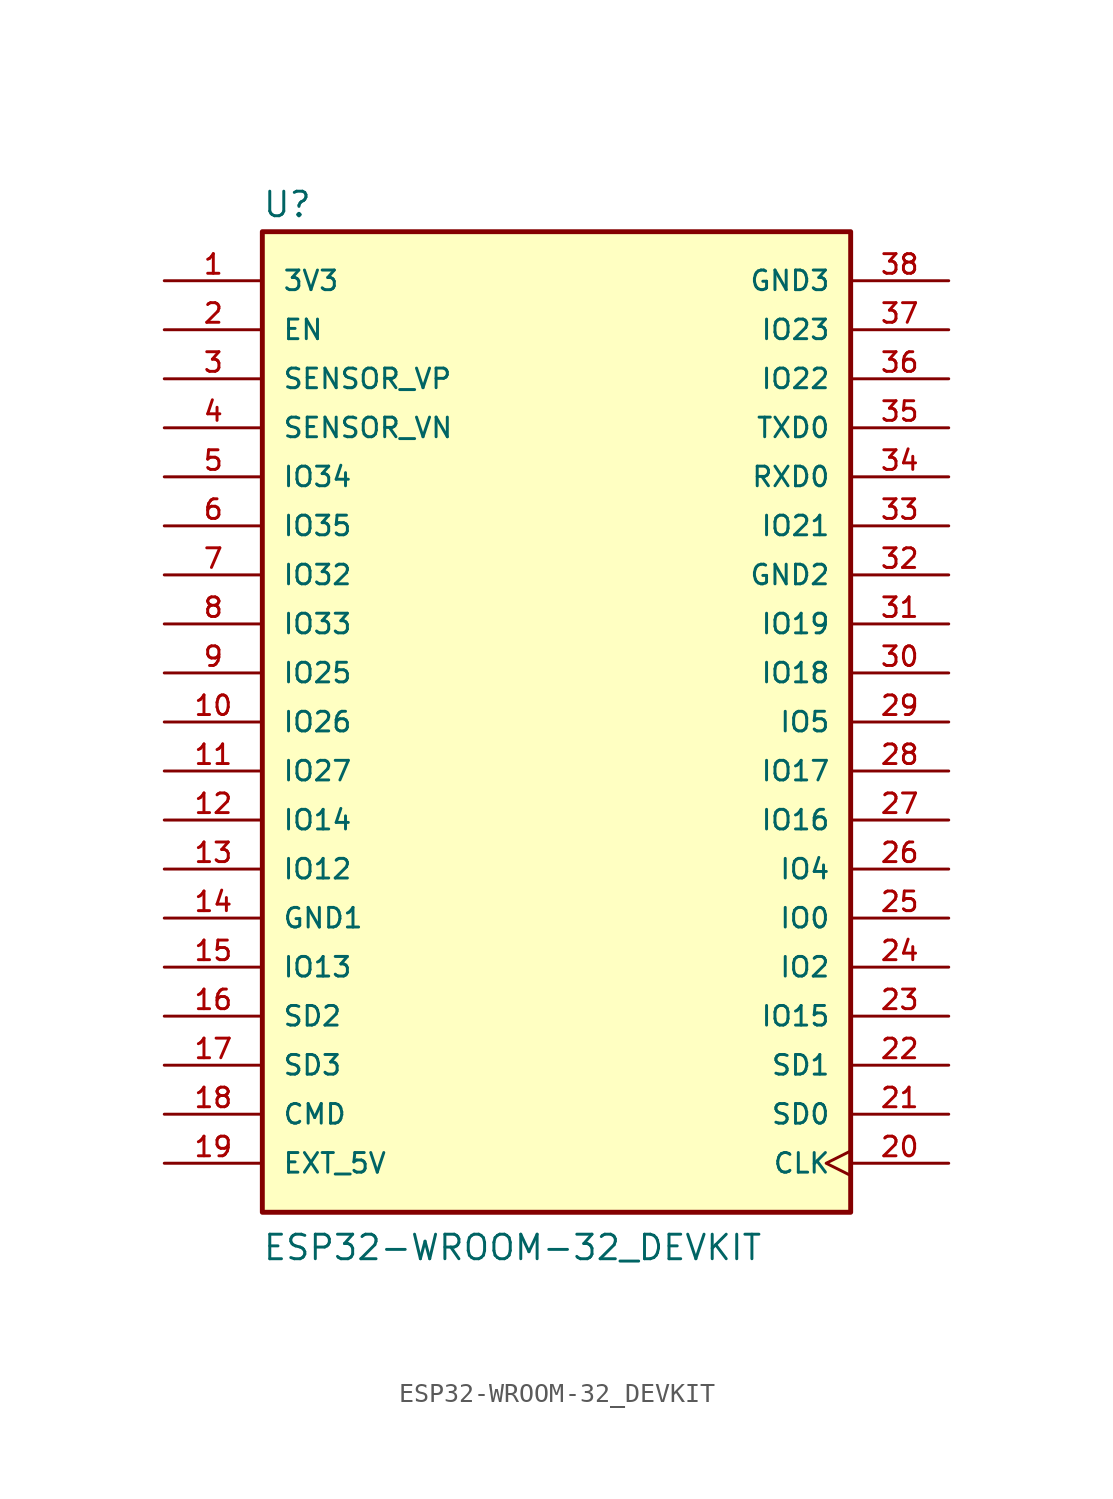
<source format=kicad_sym>
(kicad_symbol_lib
  (version 20220914)
  (generator kicad_symbol_editor)
  (symbol "ESP32-WROOM-32_DEVKIT"
    (pin_names
      (offset 1.016))
    (property "Reference" "U"
      (at -15.257 26.064 0)
      (effects (font (size 1.27 1.27)) (justify left bottom)))
    (property "Value" "ESP32-WROOM-32_DEVKIT"
      (at -15.256 -27.97 0)
      (effects (font (size 1.27 1.27)) (justify left bottom)))
    (symbol "ESP32-WROOM-32_DEVKIT_0_0"
      (rectangle (start -15.24 -25.4) (end 15.24 25.4) (stroke (width 0.254) (type default)) (fill (type background)))
      (pin power_in line (at -20.32 22.86 0) (length 5.08) (name "3V3" (effects (font (size 1.016 1.016)))) (number "1" (effects (font (size 1.016 1.016)))))
      (pin bidirectional line (at -20.32 0 0) (length 5.08) (name "IO26" (effects (font (size 1.016 1.016)))) (number "10" (effects (font (size 1.016 1.016)))))
      (pin bidirectional line (at -20.32 -2.54 0) (length 5.08) (name "IO27" (effects (font (size 1.016 1.016)))) (number "11" (effects (font (size 1.016 1.016)))))
      (pin bidirectional line (at -20.32 -5.08 0) (length 5.08) (name "IO14" (effects (font (size 1.016 1.016)))) (number "12" (effects (font (size 1.016 1.016)))))
      (pin bidirectional line (at -20.32 -7.62 0) (length 5.08) (name "IO12" (effects (font (size 1.016 1.016)))) (number "13" (effects (font (size 1.016 1.016)))))
      (pin power_in line (at -20.32 -10.16 0) (length 5.08) (name "GND1" (effects (font (size 1.016 1.016)))) (number "14" (effects (font (size 1.016 1.016)))))
      (pin bidirectional line (at -20.32 -12.7 0) (length 5.08) (name "IO13" (effects (font (size 1.016 1.016)))) (number "15" (effects (font (size 1.016 1.016)))))
      (pin bidirectional line (at -20.32 -15.24 0) (length 5.08) (name "SD2" (effects (font (size 1.016 1.016)))) (number "16" (effects (font (size 1.016 1.016)))))
      (pin bidirectional line (at -20.32 -17.78 0) (length 5.08) (name "SD3" (effects (font (size 1.016 1.016)))) (number "17" (effects (font (size 1.016 1.016)))))
      (pin bidirectional line (at -20.32 -20.32 0) (length 5.08) (name "CMD" (effects (font (size 1.016 1.016)))) (number "18" (effects (font (size 1.016 1.016)))))
      (pin power_in line (at -20.32 -22.86 0) (length 5.08) (name "EXT_5V" (effects (font (size 1.016 1.016)))) (number "19" (effects (font (size 1.016 1.016)))))
      (pin input line (at -20.32 20.32 0) (length 5.08) (name "EN" (effects (font (size 1.016 1.016)))) (number "2" (effects (font (size 1.016 1.016)))))
      (pin input clock (at 20.32 -22.86 180) (length 5.08) (name "CLK" (effects (font (size 1.016 1.016)))) (number "20" (effects (font (size 1.016 1.016)))))
      (pin bidirectional line (at 20.32 -20.32 180) (length 5.08) (name "SD0" (effects (font (size 1.016 1.016)))) (number "21" (effects (font (size 1.016 1.016)))))
      (pin bidirectional line (at 20.32 -17.78 180) (length 5.08) (name "SD1" (effects (font (size 1.016 1.016)))) (number "22" (effects (font (size 1.016 1.016)))))
      (pin bidirectional line (at 20.32 -15.24 180) (length 5.08) (name "IO15" (effects (font (size 1.016 1.016)))) (number "23" (effects (font (size 1.016 1.016)))))
      (pin bidirectional line (at 20.32 -12.7 180) (length 5.08) (name "IO2" (effects (font (size 1.016 1.016)))) (number "24" (effects (font (size 1.016 1.016)))))
      (pin bidirectional line (at 20.32 -10.16 180) (length 5.08) (name "IO0" (effects (font (size 1.016 1.016)))) (number "25" (effects (font (size 1.016 1.016)))))
      (pin bidirectional line (at 20.32 -7.62 180) (length 5.08) (name "IO4" (effects (font (size 1.016 1.016)))) (number "26" (effects (font (size 1.016 1.016)))))
      (pin bidirectional line (at 20.32 -5.08 180) (length 5.08) (name "IO16" (effects (font (size 1.016 1.016)))) (number "27" (effects (font (size 1.016 1.016)))))
      (pin bidirectional line (at 20.32 -2.54 180) (length 5.08) (name "IO17" (effects (font (size 1.016 1.016)))) (number "28" (effects (font (size 1.016 1.016)))))
      (pin bidirectional line (at 20.32 0 180) (length 5.08) (name "IO5" (effects (font (size 1.016 1.016)))) (number "29" (effects (font (size 1.016 1.016)))))
      (pin input line (at -20.32 17.78 0) (length 5.08) (name "SENSOR_VP" (effects (font (size 1.016 1.016)))) (number "3" (effects (font (size 1.016 1.016)))))
      (pin bidirectional line (at 20.32 2.54 180) (length 5.08) (name "IO18" (effects (font (size 1.016 1.016)))) (number "30" (effects (font (size 1.016 1.016)))))
      (pin bidirectional line (at 20.32 5.08 180) (length 5.08) (name "IO19" (effects (font (size 1.016 1.016)))) (number "31" (effects (font (size 1.016 1.016)))))
      (pin power_in line (at 20.32 7.62 180) (length 5.08) (name "GND2" (effects (font (size 1.016 1.016)))) (number "32" (effects (font (size 1.016 1.016)))))
      (pin bidirectional line (at 20.32 10.16 180) (length 5.08) (name "IO21" (effects (font (size 1.016 1.016)))) (number "33" (effects (font (size 1.016 1.016)))))
      (pin input line (at 20.32 12.7 180) (length 5.08) (name "RXD0" (effects (font (size 1.016 1.016)))) (number "34" (effects (font (size 1.016 1.016)))))
      (pin output line (at 20.32 15.24 180) (length 5.08) (name "TXD0" (effects (font (size 1.016 1.016)))) (number "35" (effects (font (size 1.016 1.016)))))
      (pin bidirectional line (at 20.32 17.78 180) (length 5.08) (name "IO22" (effects (font (size 1.016 1.016)))) (number "36" (effects (font (size 1.016 1.016)))))
      (pin bidirectional line (at 20.32 20.32 180) (length 5.08) (name "IO23" (effects (font (size 1.016 1.016)))) (number "37" (effects (font (size 1.016 1.016)))))
      (pin power_in line (at 20.32 22.86 180) (length 5.08) (name "GND3" (effects (font (size 1.016 1.016)))) (number "38" (effects (font (size 1.016 1.016)))))
      (pin input line (at -20.32 15.24 0) (length 5.08) (name "SENSOR_VN" (effects (font (size 1.016 1.016)))) (number "4" (effects (font (size 1.016 1.016)))))
      (pin bidirectional line (at -20.32 12.7 0) (length 5.08) (name "IO34" (effects (font (size 1.016 1.016)))) (number "5" (effects (font (size 1.016 1.016)))))
      (pin bidirectional line (at -20.32 10.16 0) (length 5.08) (name "IO35" (effects (font (size 1.016 1.016)))) (number "6" (effects (font (size 1.016 1.016)))))
      (pin bidirectional line (at -20.32 7.62 0) (length 5.08) (name "IO32" (effects (font (size 1.016 1.016)))) (number "7" (effects (font (size 1.016 1.016)))))
      (pin bidirectional line (at -20.32 5.08 0) (length 5.08) (name "IO33" (effects (font (size 1.016 1.016)))) (number "8" (effects (font (size 1.016 1.016)))))
      (pin bidirectional line (at -20.32 2.54 0) (length 5.08) (name "IO25" (effects (font (size 1.016 1.016)))) (number "9" (effects (font (size 1.016 1.016))))))))
</source>
